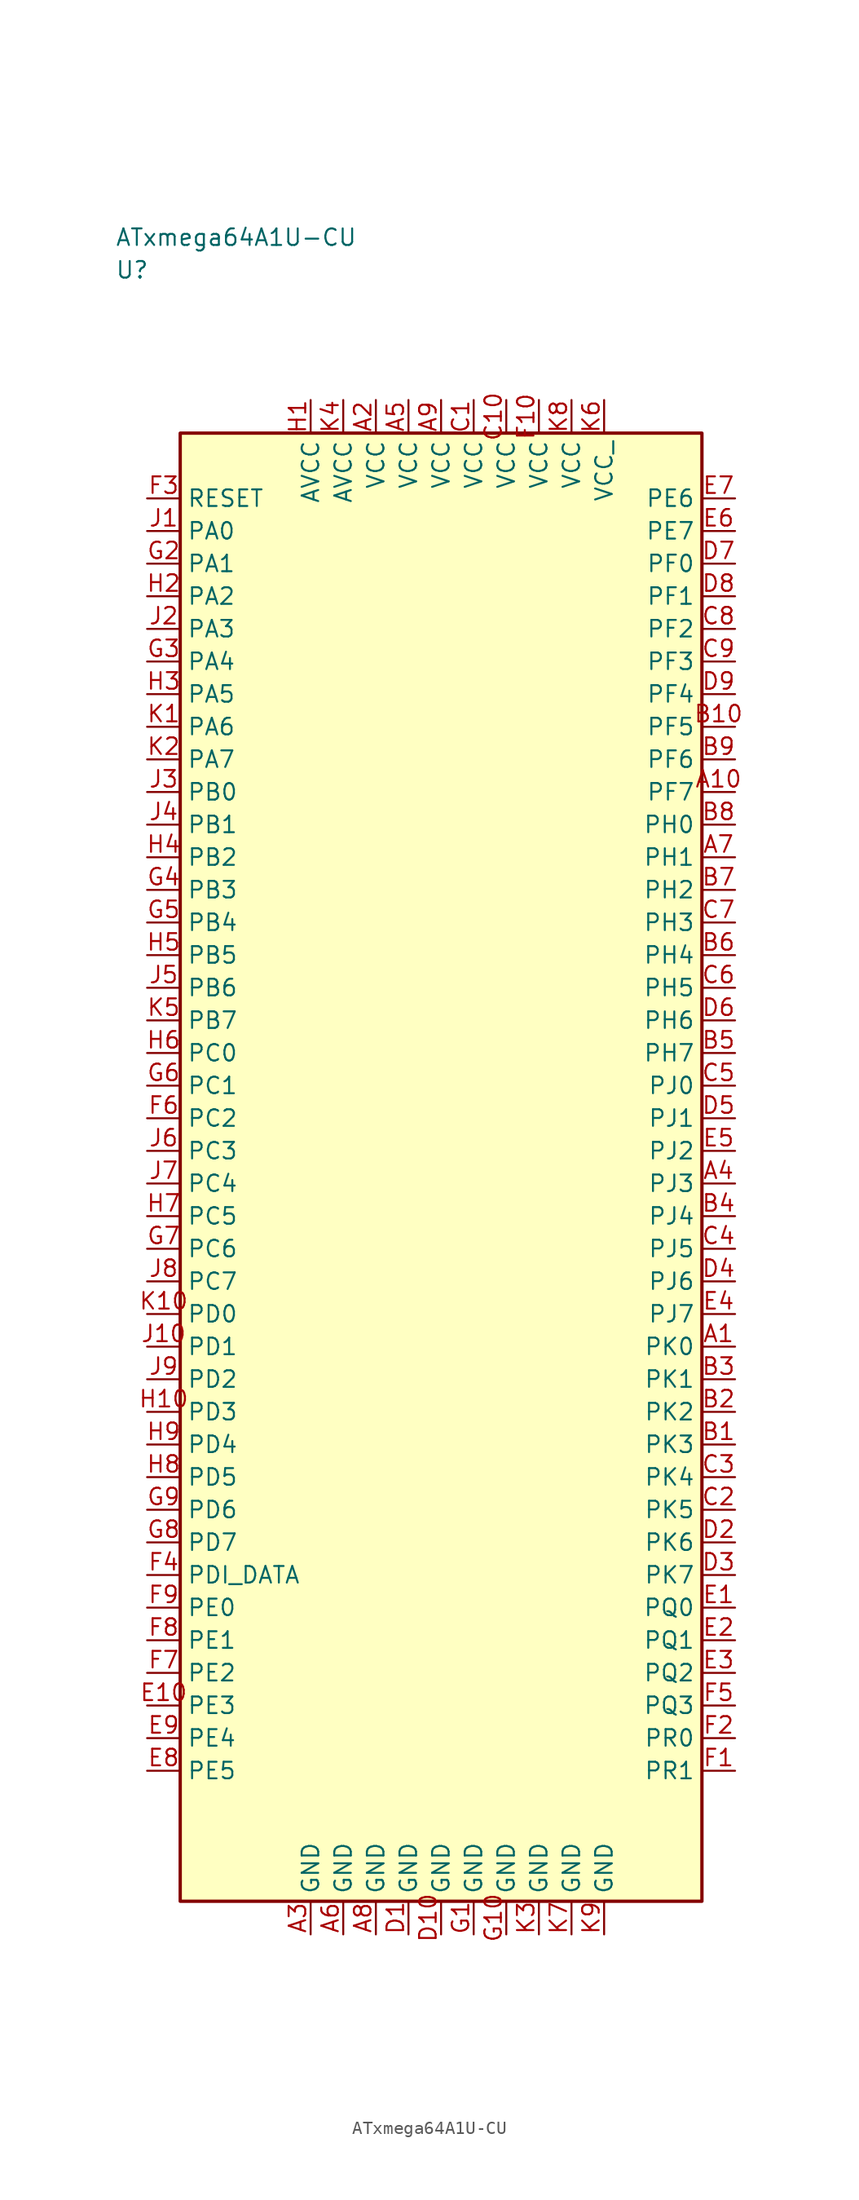
<source format=kicad_sym>
(kicad_symbol_lib
  (version 20241025)
  (generator "kicad_symbol_editor")
  (generator_version "8.0")
  (symbol "ATxmega64A1U-CU"
    (property "Reference" "U"
      (at -25.0 68.75 0)
      (effects (font (size 1.27 1.27)) (justify left)))
    (property "Value" "ATxmega64A1U-CU"
      (at -25.0 71.25 0)
      (effects (font (size 1.27 1.27)) (justify left)))
    (symbol "ATxmega64A1U-CU_0_1"
      (rectangle (start -20.0 56.25) (end 20.0 -56.25) (stroke (width 0.254) (type default)) (fill (type background))))
    (symbol "ATxmega64A1U-CU_1_1"
      (pin bidirectional line (at 22.54 -13.75 180.0) (length 2.54) (name "PK0" (effects (font (size 1.27 1.27)))) (number "A1" (effects (font (size 1.27 1.27)))))
      (pin power_in line (at -5.0 58.79 270.0) (length 2.54) (name "VCC" (effects (font (size 1.27 1.27)))) (number "A2" (effects (font (size 1.27 1.27)))))
      (pin passive line (at -10.0 -58.79 90.0) (length 2.54) (name "GND" (effects (font (size 1.27 1.27)))) (number "A3" (effects (font (size 1.27 1.27)))))
      (pin bidirectional line (at 22.54 -1.25 180.0) (length 2.54) (name "PJ3" (effects (font (size 1.27 1.27)))) (number "A4" (effects (font (size 1.27 1.27)))))
      (pin power_in line (at -2.5 58.79 270.0) (length 2.54) (name "VCC" (effects (font (size 1.27 1.27)))) (number "A5" (effects (font (size 1.27 1.27)))))
      (pin passive line (at -7.5 -58.79 90.0) (length 2.54) (name "GND" (effects (font (size 1.27 1.27)))) (number "A6" (effects (font (size 1.27 1.27)))))
      (pin bidirectional line (at 22.54 23.75 180.0) (length 2.54) (name "PH1" (effects (font (size 1.27 1.27)))) (number "A7" (effects (font (size 1.27 1.27)))))
      (pin passive line (at -5.0 -58.79 90.0) (length 2.54) (name "GND" (effects (font (size 1.27 1.27)))) (number "A8" (effects (font (size 1.27 1.27)))))
      (pin power_in line (at 0.0 58.79 270.0) (length 2.54) (name "VCC" (effects (font (size 1.27 1.27)))) (number "A9" (effects (font (size 1.27 1.27)))))
      (pin bidirectional line (at 22.54 28.75 180.0) (length 2.54) (name "PF7" (effects (font (size 1.27 1.27)))) (number "A10" (effects (font (size 1.27 1.27)))))
      (pin bidirectional line (at 22.54 -21.25 180.0) (length 2.54) (name "PK3" (effects (font (size 1.27 1.27)))) (number "B1" (effects (font (size 1.27 1.27)))))
      (pin bidirectional line (at 22.54 -18.75 180.0) (length 2.54) (name "PK2" (effects (font (size 1.27 1.27)))) (number "B2" (effects (font (size 1.27 1.27)))))
      (pin bidirectional line (at 22.54 -16.25 180.0) (length 2.54) (name "PK1" (effects (font (size 1.27 1.27)))) (number "B3" (effects (font (size 1.27 1.27)))))
      (pin bidirectional line (at 22.54 -3.75 180.0) (length 2.54) (name "PJ4" (effects (font (size 1.27 1.27)))) (number "B4" (effects (font (size 1.27 1.27)))))
      (pin bidirectional line (at 22.54 8.75 180.0) (length 2.54) (name "PH7" (effects (font (size 1.27 1.27)))) (number "B5" (effects (font (size 1.27 1.27)))))
      (pin bidirectional line (at 22.54 16.25 180.0) (length 2.54) (name "PH4" (effects (font (size 1.27 1.27)))) (number "B6" (effects (font (size 1.27 1.27)))))
      (pin bidirectional line (at 22.54 21.25 180.0) (length 2.54) (name "PH2" (effects (font (size 1.27 1.27)))) (number "B7" (effects (font (size 1.27 1.27)))))
      (pin bidirectional line (at 22.54 26.25 180.0) (length 2.54) (name "PH0" (effects (font (size 1.27 1.27)))) (number "B8" (effects (font (size 1.27 1.27)))))
      (pin bidirectional line (at 22.54 31.25 180.0) (length 2.54) (name "PF6" (effects (font (size 1.27 1.27)))) (number "B9" (effects (font (size 1.27 1.27)))))
      (pin bidirectional line (at 22.54 33.75 180.0) (length 2.54) (name "PF5" (effects (font (size 1.27 1.27)))) (number "B10" (effects (font (size 1.27 1.27)))))
      (pin power_in line (at 2.5 58.79 270.0) (length 2.54) (name "VCC" (effects (font (size 1.27 1.27)))) (number "C1" (effects (font (size 1.27 1.27)))))
      (pin bidirectional line (at 22.54 -26.25 180.0) (length 2.54) (name "PK5" (effects (font (size 1.27 1.27)))) (number "C2" (effects (font (size 1.27 1.27)))))
      (pin bidirectional line (at 22.54 -23.75 180.0) (length 2.54) (name "PK4" (effects (font (size 1.27 1.27)))) (number "C3" (effects (font (size 1.27 1.27)))))
      (pin bidirectional line (at 22.54 -6.25 180.0) (length 2.54) (name "PJ5" (effects (font (size 1.27 1.27)))) (number "C4" (effects (font (size 1.27 1.27)))))
      (pin bidirectional line (at 22.54 6.25 180.0) (length 2.54) (name "PJ0" (effects (font (size 1.27 1.27)))) (number "C5" (effects (font (size 1.27 1.27)))))
      (pin bidirectional line (at 22.54 13.75 180.0) (length 2.54) (name "PH5" (effects (font (size 1.27 1.27)))) (number "C6" (effects (font (size 1.27 1.27)))))
      (pin bidirectional line (at 22.54 18.75 180.0) (length 2.54) (name "PH3" (effects (font (size 1.27 1.27)))) (number "C7" (effects (font (size 1.27 1.27)))))
      (pin bidirectional line (at 22.54 41.25 180.0) (length 2.54) (name "PF2" (effects (font (size 1.27 1.27)))) (number "C8" (effects (font (size 1.27 1.27)))))
      (pin bidirectional line (at 22.54 38.75 180.0) (length 2.54) (name "PF3" (effects (font (size 1.27 1.27)))) (number "C9" (effects (font (size 1.27 1.27)))))
      (pin power_in line (at 5.0 58.79 270.0) (length 2.54) (name "VCC" (effects (font (size 1.27 1.27)))) (number "C10" (effects (font (size 1.27 1.27)))))
      (pin passive line (at -2.5 -58.79 90.0) (length 2.54) (name "GND" (effects (font (size 1.27 1.27)))) (number "D1" (effects (font (size 1.27 1.27)))))
      (pin bidirectional line (at 22.54 -28.75 180.0) (length 2.54) (name "PK6" (effects (font (size 1.27 1.27)))) (number "D2" (effects (font (size 1.27 1.27)))))
      (pin bidirectional line (at 22.54 -31.25 180.0) (length 2.54) (name "PK7" (effects (font (size 1.27 1.27)))) (number "D3" (effects (font (size 1.27 1.27)))))
      (pin bidirectional line (at 22.54 -8.75 180.0) (length 2.54) (name "PJ6" (effects (font (size 1.27 1.27)))) (number "D4" (effects (font (size 1.27 1.27)))))
      (pin bidirectional line (at 22.54 3.75 180.0) (length 2.54) (name "PJ1" (effects (font (size 1.27 1.27)))) (number "D5" (effects (font (size 1.27 1.27)))))
      (pin bidirectional line (at 22.54 11.25 180.0) (length 2.54) (name "PH6" (effects (font (size 1.27 1.27)))) (number "D6" (effects (font (size 1.27 1.27)))))
      (pin bidirectional line (at 22.54 46.25 180.0) (length 2.54) (name "PF0" (effects (font (size 1.27 1.27)))) (number "D7" (effects (font (size 1.27 1.27)))))
      (pin bidirectional line (at 22.54 43.75 180.0) (length 2.54) (name "PF1" (effects (font (size 1.27 1.27)))) (number "D8" (effects (font (size 1.27 1.27)))))
      (pin bidirectional line (at 22.54 36.25 180.0) (length 2.54) (name "PF4" (effects (font (size 1.27 1.27)))) (number "D9" (effects (font (size 1.27 1.27)))))
      (pin passive line (at 0.0 -58.79 90.0) (length 2.54) (name "GND" (effects (font (size 1.27 1.27)))) (number "D10" (effects (font (size 1.27 1.27)))))
      (pin bidirectional line (at 22.54 -33.75 180.0) (length 2.54) (name "PQ0" (effects (font (size 1.27 1.27)))) (number "E1" (effects (font (size 1.27 1.27)))))
      (pin bidirectional line (at 22.54 -36.25 180.0) (length 2.54) (name "PQ1" (effects (font (size 1.27 1.27)))) (number "E2" (effects (font (size 1.27 1.27)))))
      (pin bidirectional line (at 22.54 -38.75 180.0) (length 2.54) (name "PQ2" (effects (font (size 1.27 1.27)))) (number "E3" (effects (font (size 1.27 1.27)))))
      (pin bidirectional line (at 22.54 -11.25 180.0) (length 2.54) (name "PJ7" (effects (font (size 1.27 1.27)))) (number "E4" (effects (font (size 1.27 1.27)))))
      (pin bidirectional line (at 22.54 1.25 180.0) (length 2.54) (name "PJ2" (effects (font (size 1.27 1.27)))) (number "E5" (effects (font (size 1.27 1.27)))))
      (pin bidirectional line (at 22.54 48.75 180.0) (length 2.54) (name "PE7" (effects (font (size 1.27 1.27)))) (number "E6" (effects (font (size 1.27 1.27)))))
      (pin bidirectional line (at 22.54 51.25 180.0) (length 2.54) (name "PE6" (effects (font (size 1.27 1.27)))) (number "E7" (effects (font (size 1.27 1.27)))))
      (pin bidirectional line (at -22.54 -46.25 0.0) (length 2.54) (name "PE5" (effects (font (size 1.27 1.27)))) (number "E8" (effects (font (size 1.27 1.27)))))
      (pin bidirectional line (at -22.54 -43.75 0.0) (length 2.54) (name "PE4" (effects (font (size 1.27 1.27)))) (number "E9" (effects (font (size 1.27 1.27)))))
      (pin bidirectional line (at -22.54 -41.25 0.0) (length 2.54) (name "PE3" (effects (font (size 1.27 1.27)))) (number "E10" (effects (font (size 1.27 1.27)))))
      (pin bidirectional line (at 22.54 -46.25 180.0) (length 2.54) (name "PR1" (effects (font (size 1.27 1.27)))) (number "F1" (effects (font (size 1.27 1.27)))))
      (pin bidirectional line (at 22.54 -43.75 180.0) (length 2.54) (name "PR0" (effects (font (size 1.27 1.27)))) (number "F2" (effects (font (size 1.27 1.27)))))
      (pin input line (at -22.54 51.25 0.0) (length 2.54) (name "RESET" (effects (font (size 1.27 1.27)))) (number "F3" (effects (font (size 1.27 1.27)))))
      (pin bidirectional line (at -22.54 -31.25 0.0) (length 2.54) (name "PDI_DATA" (effects (font (size 1.27 1.27)))) (number "F4" (effects (font (size 1.27 1.27)))))
      (pin bidirectional line (at 22.54 -41.25 180.0) (length 2.54) (name "PQ3" (effects (font (size 1.27 1.27)))) (number "F5" (effects (font (size 1.27 1.27)))))
      (pin bidirectional line (at -22.54 3.75 0.0) (length 2.54) (name "PC2" (effects (font (size 1.27 1.27)))) (number "F6" (effects (font (size 1.27 1.27)))))
      (pin bidirectional line (at -22.54 -38.75 0.0) (length 2.54) (name "PE2" (effects (font (size 1.27 1.27)))) (number "F7" (effects (font (size 1.27 1.27)))))
      (pin bidirectional line (at -22.54 -36.25 0.0) (length 2.54) (name "PE1" (effects (font (size 1.27 1.27)))) (number "F8" (effects (font (size 1.27 1.27)))))
      (pin bidirectional line (at -22.54 -33.75 0.0) (length 2.54) (name "PE0" (effects (font (size 1.27 1.27)))) (number "F9" (effects (font (size 1.27 1.27)))))
      (pin power_in line (at 7.5 58.79 270.0) (length 2.54) (name "VCC" (effects (font (size 1.27 1.27)))) (number "F10" (effects (font (size 1.27 1.27)))))
      (pin passive line (at 2.5 -58.79 90.0) (length 2.54) (name "GND" (effects (font (size 1.27 1.27)))) (number "G1" (effects (font (size 1.27 1.27)))))
      (pin bidirectional line (at -22.54 46.25 0.0) (length 2.54) (name "PA1" (effects (font (size 1.27 1.27)))) (number "G2" (effects (font (size 1.27 1.27)))))
      (pin bidirectional line (at -22.54 38.75 0.0) (length 2.54) (name "PA4" (effects (font (size 1.27 1.27)))) (number "G3" (effects (font (size 1.27 1.27)))))
      (pin bidirectional line (at -22.54 21.25 0.0) (length 2.54) (name "PB3" (effects (font (size 1.27 1.27)))) (number "G4" (effects (font (size 1.27 1.27)))))
      (pin bidirectional line (at -22.54 18.75 0.0) (length 2.54) (name "PB4" (effects (font (size 1.27 1.27)))) (number "G5" (effects (font (size 1.27 1.27)))))
      (pin bidirectional line (at -22.54 6.25 0.0) (length 2.54) (name "PC1" (effects (font (size 1.27 1.27)))) (number "G6" (effects (font (size 1.27 1.27)))))
      (pin bidirectional line (at -22.54 -6.25 0.0) (length 2.54) (name "PC6" (effects (font (size 1.27 1.27)))) (number "G7" (effects (font (size 1.27 1.27)))))
      (pin bidirectional line (at -22.54 -28.75 0.0) (length 2.54) (name "PD7" (effects (font (size 1.27 1.27)))) (number "G8" (effects (font (size 1.27 1.27)))))
      (pin bidirectional line (at -22.54 -26.25 0.0) (length 2.54) (name "PD6" (effects (font (size 1.27 1.27)))) (number "G9" (effects (font (size 1.27 1.27)))))
      (pin passive line (at 5.0 -58.79 90.0) (length 2.54) (name "GND" (effects (font (size 1.27 1.27)))) (number "G10" (effects (font (size 1.27 1.27)))))
      (pin power_in line (at -10.0 58.79 270.0) (length 2.54) (name "AVCC" (effects (font (size 1.27 1.27)))) (number "H1" (effects (font (size 1.27 1.27)))))
      (pin bidirectional line (at -22.54 43.75 0.0) (length 2.54) (name "PA2" (effects (font (size 1.27 1.27)))) (number "H2" (effects (font (size 1.27 1.27)))))
      (pin bidirectional line (at -22.54 36.25 0.0) (length 2.54) (name "PA5" (effects (font (size 1.27 1.27)))) (number "H3" (effects (font (size 1.27 1.27)))))
      (pin bidirectional line (at -22.54 23.75 0.0) (length 2.54) (name "PB2" (effects (font (size 1.27 1.27)))) (number "H4" (effects (font (size 1.27 1.27)))))
      (pin bidirectional line (at -22.54 16.25 0.0) (length 2.54) (name "PB5" (effects (font (size 1.27 1.27)))) (number "H5" (effects (font (size 1.27 1.27)))))
      (pin bidirectional line (at -22.54 8.75 0.0) (length 2.54) (name "PC0" (effects (font (size 1.27 1.27)))) (number "H6" (effects (font (size 1.27 1.27)))))
      (pin bidirectional line (at -22.54 -3.75 0.0) (length 2.54) (name "PC5" (effects (font (size 1.27 1.27)))) (number "H7" (effects (font (size 1.27 1.27)))))
      (pin bidirectional line (at -22.54 -23.75 0.0) (length 2.54) (name "PD5" (effects (font (size 1.27 1.27)))) (number "H8" (effects (font (size 1.27 1.27)))))
      (pin bidirectional line (at -22.54 -21.25 0.0) (length 2.54) (name "PD4" (effects (font (size 1.27 1.27)))) (number "H9" (effects (font (size 1.27 1.27)))))
      (pin bidirectional line (at -22.54 -18.75 0.0) (length 2.54) (name "PD3" (effects (font (size 1.27 1.27)))) (number "H10" (effects (font (size 1.27 1.27)))))
      (pin bidirectional line (at -22.54 48.75 0.0) (length 2.54) (name "PA0" (effects (font (size 1.27 1.27)))) (number "J1" (effects (font (size 1.27 1.27)))))
      (pin bidirectional line (at -22.54 41.25 0.0) (length 2.54) (name "PA3" (effects (font (size 1.27 1.27)))) (number "J2" (effects (font (size 1.27 1.27)))))
      (pin bidirectional line (at -22.54 28.75 0.0) (length 2.54) (name "PB0" (effects (font (size 1.27 1.27)))) (number "J3" (effects (font (size 1.27 1.27)))))
      (pin bidirectional line (at -22.54 26.25 0.0) (length 2.54) (name "PB1" (effects (font (size 1.27 1.27)))) (number "J4" (effects (font (size 1.27 1.27)))))
      (pin bidirectional line (at -22.54 13.75 0.0) (length 2.54) (name "PB6" (effects (font (size 1.27 1.27)))) (number "J5" (effects (font (size 1.27 1.27)))))
      (pin bidirectional line (at -22.54 1.25 0.0) (length 2.54) (name "PC3" (effects (font (size 1.27 1.27)))) (number "J6" (effects (font (size 1.27 1.27)))))
      (pin bidirectional line (at -22.54 -1.25 0.0) (length 2.54) (name "PC4" (effects (font (size 1.27 1.27)))) (number "J7" (effects (font (size 1.27 1.27)))))
      (pin bidirectional line (at -22.54 -8.75 0.0) (length 2.54) (name "PC7" (effects (font (size 1.27 1.27)))) (number "J8" (effects (font (size 1.27 1.27)))))
      (pin bidirectional line (at -22.54 -16.25 0.0) (length 2.54) (name "PD2" (effects (font (size 1.27 1.27)))) (number "J9" (effects (font (size 1.27 1.27)))))
      (pin bidirectional line (at -22.54 -13.75 0.0) (length 2.54) (name "PD1" (effects (font (size 1.27 1.27)))) (number "J10" (effects (font (size 1.27 1.27)))))
      (pin bidirectional line (at -22.54 33.75 0.0) (length 2.54) (name "PA6" (effects (font (size 1.27 1.27)))) (number "K1" (effects (font (size 1.27 1.27)))))
      (pin bidirectional line (at -22.54 31.25 0.0) (length 2.54) (name "PA7" (effects (font (size 1.27 1.27)))) (number "K2" (effects (font (size 1.27 1.27)))))
      (pin passive line (at 7.5 -58.79 90.0) (length 2.54) (name "GND" (effects (font (size 1.27 1.27)))) (number "K3" (effects (font (size 1.27 1.27)))))
      (pin power_in line (at -7.5 58.79 270.0) (length 2.54) (name "AVCC" (effects (font (size 1.27 1.27)))) (number "K4" (effects (font (size 1.27 1.27)))))
      (pin bidirectional line (at -22.54 11.25 0.0) (length 2.54) (name "PB7" (effects (font (size 1.27 1.27)))) (number "K5" (effects (font (size 1.27 1.27)))))
      (pin power_in line (at 12.5 58.79 270.0) (length 2.54) (name "VCC " (effects (font (size 1.27 1.27)))) (number "K6" (effects (font (size 1.27 1.27)))))
      (pin passive line (at 10.0 -58.79 90.0) (length 2.54) (name "GND" (effects (font (size 1.27 1.27)))) (number "K7" (effects (font (size 1.27 1.27)))))
      (pin power_in line (at 10.0 58.79 270.0) (length 2.54) (name "VCC" (effects (font (size 1.27 1.27)))) (number "K8" (effects (font (size 1.27 1.27)))))
      (pin passive line (at 12.5 -58.79 90.0) (length 2.54) (name "GND" (effects (font (size 1.27 1.27)))) (number "K9" (effects (font (size 1.27 1.27)))))
      (pin bidirectional line (at -22.54 -11.25 0.0) (length 2.54) (name "PD0" (effects (font (size 1.27 1.27)))) (number "K10" (effects (font (size 1.27 1.27))))))))
</source>
